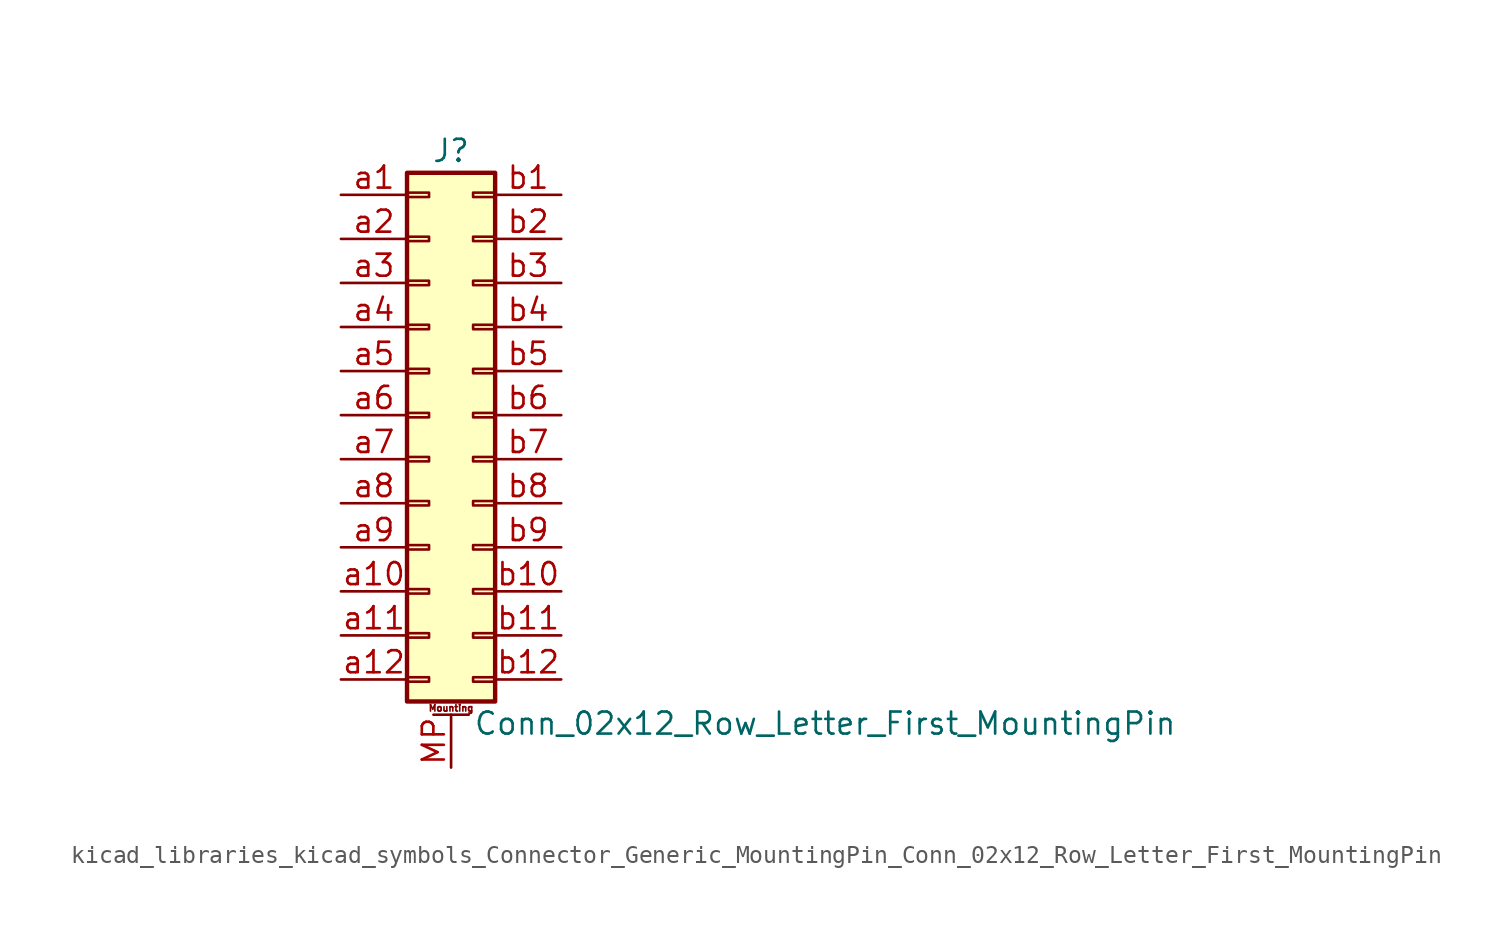
<source format=kicad_sym>
(kicad_symbol_lib
  (version 20220914)
  (generator kicad_symbol_editor)
  (symbol "kicad_libraries_kicad_symbols_Connector_Generic_MountingPin_Conn_02x12_Row_Letter_First_MountingPin"
    (pin_names
      (offset 1.016) hide)
    (property "Reference" "J"
      (at 1.27 15.24 0)
      (effects (font (size 1.27 1.27))))
    (property "Value" "Conn_02x12_Row_Letter_First_MountingPin"
      (at 2.54 -17.78 0)
      (effects (font (size 1.27 1.27)) (justify left)))
    (symbol "kicad_libraries_kicad_symbols_Connector_Generic_MountingPin_Conn_02x12_Row_Letter_First_MountingPin_1_1"
      (rectangle (start -1.27 -15.113) (end 0 -15.367) (stroke (width 0.152) (type default)) (fill (type none)))
      (rectangle (start -1.27 -12.573) (end 0 -12.827) (stroke (width 0.152) (type default)) (fill (type none)))
      (rectangle (start -1.27 -10.033) (end 0 -10.287) (stroke (width 0.152) (type default)) (fill (type none)))
      (rectangle (start -1.27 -7.493) (end 0 -7.747) (stroke (width 0.152) (type default)) (fill (type none)))
      (rectangle (start -1.27 -4.953) (end 0 -5.207) (stroke (width 0.152) (type default)) (fill (type none)))
      (rectangle (start -1.27 -2.413) (end 0 -2.667) (stroke (width 0.152) (type default)) (fill (type none)))
      (rectangle (start -1.27 0.127) (end 0 -0.127) (stroke (width 0.152) (type default)) (fill (type none)))
      (rectangle (start -1.27 2.667) (end 0 2.413) (stroke (width 0.152) (type default)) (fill (type none)))
      (rectangle (start -1.27 5.207) (end 0 4.953) (stroke (width 0.152) (type default)) (fill (type none)))
      (rectangle (start -1.27 7.747) (end 0 7.493) (stroke (width 0.152) (type default)) (fill (type none)))
      (rectangle (start -1.27 10.287) (end 0 10.033) (stroke (width 0.152) (type default)) (fill (type none)))
      (rectangle (start -1.27 12.827) (end 0 12.573) (stroke (width 0.152) (type default)) (fill (type none)))
      (rectangle (start -1.27 13.97) (end 3.81 -16.51) (stroke (width 0.254) (type default)) (fill (type background)))
      (polyline (pts (xy 0.254 -17.272) (xy 2.286 -17.272)) (stroke (width 0.152) (type default)) (fill (type none)))
      (rectangle (start 3.81 -15.113) (end 2.54 -15.367) (stroke (width 0.152) (type default)) (fill (type none)))
      (rectangle (start 3.81 -12.573) (end 2.54 -12.827) (stroke (width 0.152) (type default)) (fill (type none)))
      (rectangle (start 3.81 -10.033) (end 2.54 -10.287) (stroke (width 0.152) (type default)) (fill (type none)))
      (rectangle (start 3.81 -7.493) (end 2.54 -7.747) (stroke (width 0.152) (type default)) (fill (type none)))
      (rectangle (start 3.81 -4.953) (end 2.54 -5.207) (stroke (width 0.152) (type default)) (fill (type none)))
      (rectangle (start 3.81 -2.413) (end 2.54 -2.667) (stroke (width 0.152) (type default)) (fill (type none)))
      (rectangle (start 3.81 0.127) (end 2.54 -0.127) (stroke (width 0.152) (type default)) (fill (type none)))
      (rectangle (start 3.81 2.667) (end 2.54 2.413) (stroke (width 0.152) (type default)) (fill (type none)))
      (rectangle (start 3.81 5.207) (end 2.54 4.953) (stroke (width 0.152) (type default)) (fill (type none)))
      (rectangle (start 3.81 7.747) (end 2.54 7.493) (stroke (width 0.152) (type default)) (fill (type none)))
      (rectangle (start 3.81 10.287) (end 2.54 10.033) (stroke (width 0.152) (type default)) (fill (type none)))
      (rectangle (start 3.81 12.827) (end 2.54 12.573) (stroke (width 0.152) (type default)) (fill (type none)))
      (text "Mounting" (at 1.27 -16.891 0) (effects (font (size 0.381 0.381))))
      (pin passive line (at 1.27 -20.32 90) (length 3.048) (name "MountPin" (effects (font (size 1.27 1.27)))) (number "MP" (effects (font (size 1.27 1.27)))))
      (pin passive line (at -5.08 12.7 0) (length 3.81) (name "Pin_a1" (effects (font (size 1.27 1.27)))) (number "a1" (effects (font (size 1.27 1.27)))))
      (pin passive line (at -5.08 -10.16 0) (length 3.81) (name "Pin_a10" (effects (font (size 1.27 1.27)))) (number "a10" (effects (font (size 1.27 1.27)))))
      (pin passive line (at -5.08 -12.7 0) (length 3.81) (name "Pin_a11" (effects (font (size 1.27 1.27)))) (number "a11" (effects (font (size 1.27 1.27)))))
      (pin passive line (at -5.08 -15.24 0) (length 3.81) (name "Pin_a12" (effects (font (size 1.27 1.27)))) (number "a12" (effects (font (size 1.27 1.27)))))
      (pin passive line (at -5.08 10.16 0) (length 3.81) (name "Pin_a2" (effects (font (size 1.27 1.27)))) (number "a2" (effects (font (size 1.27 1.27)))))
      (pin passive line (at -5.08 7.62 0) (length 3.81) (name "Pin_a3" (effects (font (size 1.27 1.27)))) (number "a3" (effects (font (size 1.27 1.27)))))
      (pin passive line (at -5.08 5.08 0) (length 3.81) (name "Pin_a4" (effects (font (size 1.27 1.27)))) (number "a4" (effects (font (size 1.27 1.27)))))
      (pin passive line (at -5.08 2.54 0) (length 3.81) (name "Pin_a5" (effects (font (size 1.27 1.27)))) (number "a5" (effects (font (size 1.27 1.27)))))
      (pin passive line (at -5.08 0 0) (length 3.81) (name "Pin_a6" (effects (font (size 1.27 1.27)))) (number "a6" (effects (font (size 1.27 1.27)))))
      (pin passive line (at -5.08 -2.54 0) (length 3.81) (name "Pin_a7" (effects (font (size 1.27 1.27)))) (number "a7" (effects (font (size 1.27 1.27)))))
      (pin passive line (at -5.08 -5.08 0) (length 3.81) (name "Pin_a8" (effects (font (size 1.27 1.27)))) (number "a8" (effects (font (size 1.27 1.27)))))
      (pin passive line (at -5.08 -7.62 0) (length 3.81) (name "Pin_a9" (effects (font (size 1.27 1.27)))) (number "a9" (effects (font (size 1.27 1.27)))))
      (pin passive line (at 7.62 12.7 180) (length 3.81) (name "Pin_b1" (effects (font (size 1.27 1.27)))) (number "b1" (effects (font (size 1.27 1.27)))))
      (pin passive line (at 7.62 -10.16 180) (length 3.81) (name "Pin_b10" (effects (font (size 1.27 1.27)))) (number "b10" (effects (font (size 1.27 1.27)))))
      (pin passive line (at 7.62 -12.7 180) (length 3.81) (name "Pin_b11" (effects (font (size 1.27 1.27)))) (number "b11" (effects (font (size 1.27 1.27)))))
      (pin passive line (at 7.62 -15.24 180) (length 3.81) (name "Pin_b12" (effects (font (size 1.27 1.27)))) (number "b12" (effects (font (size 1.27 1.27)))))
      (pin passive line (at 7.62 10.16 180) (length 3.81) (name "Pin_b2" (effects (font (size 1.27 1.27)))) (number "b2" (effects (font (size 1.27 1.27)))))
      (pin passive line (at 7.62 7.62 180) (length 3.81) (name "Pin_b3" (effects (font (size 1.27 1.27)))) (number "b3" (effects (font (size 1.27 1.27)))))
      (pin passive line (at 7.62 5.08 180) (length 3.81) (name "Pin_b4" (effects (font (size 1.27 1.27)))) (number "b4" (effects (font (size 1.27 1.27)))))
      (pin passive line (at 7.62 2.54 180) (length 3.81) (name "Pin_b5" (effects (font (size 1.27 1.27)))) (number "b5" (effects (font (size 1.27 1.27)))))
      (pin passive line (at 7.62 0 180) (length 3.81) (name "Pin_b6" (effects (font (size 1.27 1.27)))) (number "b6" (effects (font (size 1.27 1.27)))))
      (pin passive line (at 7.62 -2.54 180) (length 3.81) (name "Pin_b7" (effects (font (size 1.27 1.27)))) (number "b7" (effects (font (size 1.27 1.27)))))
      (pin passive line (at 7.62 -5.08 180) (length 3.81) (name "Pin_b8" (effects (font (size 1.27 1.27)))) (number "b8" (effects (font (size 1.27 1.27)))))
      (pin passive line (at 7.62 -7.62 180) (length 3.81) (name "Pin_b9" (effects (font (size 1.27 1.27)))) (number "b9" (effects (font (size 1.27 1.27))))))))
</source>
